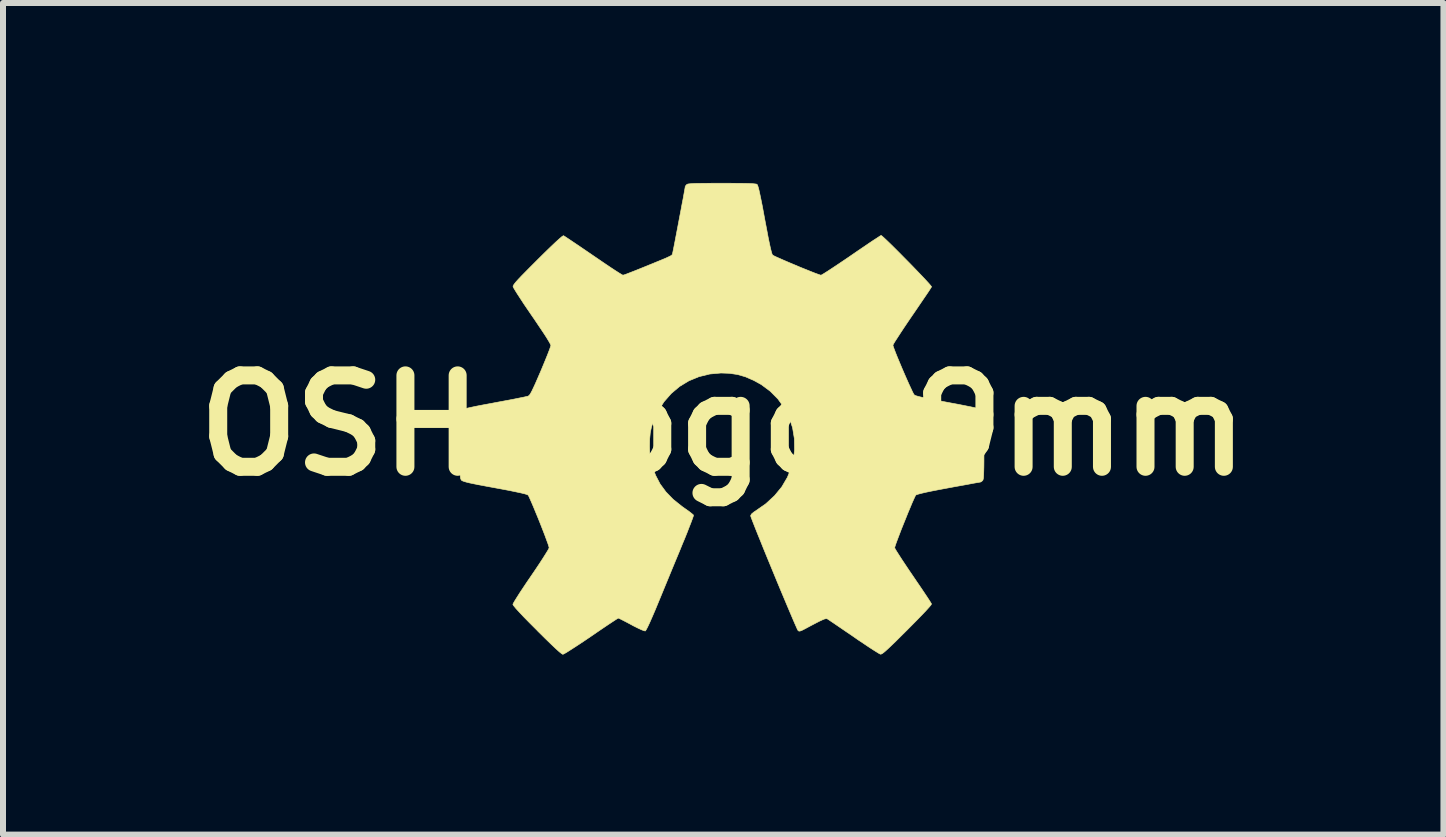
<source format=kicad_pcb>
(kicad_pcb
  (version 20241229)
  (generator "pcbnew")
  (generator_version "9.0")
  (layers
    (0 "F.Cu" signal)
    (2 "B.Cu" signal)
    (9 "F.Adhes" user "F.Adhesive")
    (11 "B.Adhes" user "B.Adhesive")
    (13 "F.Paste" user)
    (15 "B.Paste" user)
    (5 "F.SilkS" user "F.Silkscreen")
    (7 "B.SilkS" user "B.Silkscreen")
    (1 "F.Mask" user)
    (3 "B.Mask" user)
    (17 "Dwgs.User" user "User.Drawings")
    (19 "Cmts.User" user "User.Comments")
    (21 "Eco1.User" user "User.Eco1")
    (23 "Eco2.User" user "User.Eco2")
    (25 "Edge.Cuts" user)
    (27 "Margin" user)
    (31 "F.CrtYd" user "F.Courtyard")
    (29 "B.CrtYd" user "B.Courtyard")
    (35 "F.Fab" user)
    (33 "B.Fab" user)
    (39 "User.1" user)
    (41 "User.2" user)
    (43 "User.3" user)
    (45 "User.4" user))
  (footprint "OSH_logo_9mm"
    (layer "F.Cu")
    (at 9.006 4.042)
    (property "Reference" "OSH_logo_9mm" (at 0 0 0) (layer "F.SilkS") (effects (font (size 1.524 1.524) (thickness 0.3))))
    (attr through_hole)
    (fp_poly (pts (xy 0.13 -4.037) (xy 0.256 -4.036) (xy 0.358 -4.035) (xy 0.436 -4.033) (xy 0.494 -4.03) (xy 0.533 -4.026) (xy 0.557 -4.022) (xy 0.564 -4.018) (xy 0.572 -4.005) (xy 0.582 -3.976) (xy 0.595 -3.928) (xy 0.61 -3.86) (xy 0.629 -3.769) (xy 0.652 -3.655) (xy 0.678 -3.514) (xy 0.693 -3.433) (xy 0.724 -3.271) (xy 0.749 -3.137) (xy 0.771 -3.03) (xy 0.789 -2.948) (xy 0.804 -2.89) (xy 0.815 -2.854) (xy 0.823 -2.841) (xy 0.842 -2.829) (xy 0.884 -2.809) (xy 0.945 -2.782) (xy 1.02 -2.749) (xy 1.106 -2.712) (xy 1.197 -2.674) (xy 1.289 -2.635) (xy 1.379 -2.599) (xy 1.461 -2.566) (xy 1.532 -2.538) (xy 1.587 -2.518) (xy 1.622 -2.506) (xy 1.631 -2.505) (xy 1.647 -2.513) (xy 1.685 -2.536) (xy 1.742 -2.572) (xy 1.815 -2.62) (xy 1.901 -2.677) (xy 1.998 -2.742) (xy 2.103 -2.813) (xy 2.136 -2.836) (xy 2.242 -2.909) (xy 2.341 -2.976) (xy 2.429 -3.036) (xy 2.505 -3.087) (xy 2.566 -3.126) (xy 2.608 -3.154) (xy 2.63 -3.167) (xy 2.632 -3.168) (xy 2.647 -3.157) (xy 2.679 -3.129) (xy 2.726 -3.085) (xy 2.786 -3.027) (xy 2.854 -2.96) (xy 2.93 -2.884) (xy 3.009 -2.804) (xy 3.09 -2.722) (xy 3.17 -2.64) (xy 3.245 -2.562) (xy 3.315 -2.489) (xy 3.374 -2.426) (xy 3.423 -2.373) (xy 3.456 -2.335) (xy 3.472 -2.314) (xy 3.473 -2.311) (xy 3.463 -2.295) (xy 3.439 -2.257) (xy 3.401 -2.2) (xy 3.352 -2.128) (xy 3.294 -2.043) (xy 3.229 -1.947) (xy 3.158 -1.843) (xy 3.147 -1.828) (xy 3.076 -1.723) (xy 3.01 -1.625) (xy 2.952 -1.537) (xy 2.903 -1.461) (xy 2.864 -1.401) (xy 2.839 -1.359) (xy 2.829 -1.338) (xy 2.829 -1.336) (xy 2.835 -1.314) (xy 2.851 -1.27) (xy 2.875 -1.207) (xy 2.906 -1.13) (xy 2.942 -1.044) (xy 2.981 -0.951) (xy 3.021 -0.858) (xy 3.061 -0.767) (xy 3.098 -0.684) (xy 3.131 -0.613) (xy 3.157 -0.557) (xy 3.176 -0.521) (xy 3.183 -0.511) (xy 3.196 -0.502) (xy 3.223 -0.492) (xy 3.266 -0.48) (xy 3.326 -0.466) (xy 3.407 -0.449) (xy 3.511 -0.428) (xy 3.64 -0.404) (xy 3.759 -0.381) (xy 3.911 -0.353) (xy 4.037 -0.328) (xy 4.137 -0.308) (xy 4.214 -0.291) (xy 4.27 -0.277) (xy 4.306 -0.266) (xy 4.325 -0.257) (xy 4.328 -0.255) (xy 4.333 -0.241) (xy 4.337 -0.212) (xy 4.34 -0.166) (xy 4.343 -0.101) (xy 4.344 -0.014) (xy 4.346 0.096) (xy 4.346 0.232) (xy 4.346 0.333) (xy 4.346 0.479) (xy 4.346 0.598) (xy 4.345 0.693) (xy 4.343 0.767) (xy 4.341 0.823) (xy 4.339 0.863) (xy 4.335 0.891) (xy 4.33 0.908) (xy 4.325 0.918) (xy 4.323 0.92) (xy 4.301 0.938) (xy 4.291 0.943) (xy 4.275 0.946) (xy 4.234 0.953) (xy 4.17 0.964) (xy 4.087 0.98) (xy 3.988 0.998) (xy 3.876 1.018) (xy 3.758 1.04) (xy 3.603 1.069) (xy 3.475 1.094) (xy 3.374 1.115) (xy 3.298 1.133) (xy 3.246 1.147) (xy 3.217 1.157) (xy 3.21 1.162) (xy 3.199 1.181) (xy 3.179 1.224) (xy 3.151 1.286) (xy 3.119 1.363) (xy 3.082 1.451) (xy 3.044 1.546) (xy 3.005 1.642) (xy 2.967 1.737) (xy 2.933 1.826) (xy 2.903 1.905) (xy 2.879 1.97) (xy 2.864 2.015) (xy 2.858 2.038) (xy 2.858 2.039) (xy 2.866 2.057) (xy 2.889 2.096) (xy 2.926 2.154) (xy 2.973 2.227) (xy 3.03 2.313) (xy 3.094 2.409) (xy 3.163 2.51) (xy 3.232 2.612) (xy 3.297 2.707) (xy 3.354 2.792) (xy 3.402 2.864) (xy 3.439 2.921) (xy 3.463 2.959) (xy 3.472 2.976) (xy 3.464 2.992) (xy 3.435 3.027) (xy 3.387 3.08) (xy 3.321 3.15) (xy 3.239 3.235) (xy 3.141 3.334) (xy 3.067 3.409) (xy 2.961 3.514) (xy 2.874 3.601) (xy 2.803 3.669) (xy 2.747 3.722) (xy 2.704 3.761) (xy 2.672 3.788) (xy 2.649 3.804) (xy 2.632 3.812) (xy 2.621 3.813) (xy 2.62 3.813) (xy 2.6 3.803) (xy 2.559 3.778) (xy 2.5 3.741) (xy 2.426 3.693) (xy 2.34 3.635) (xy 2.245 3.572) (xy 2.174 3.522) (xy 2.075 3.455) (xy 1.983 3.392) (xy 1.901 3.336) (xy 1.832 3.289) (xy 1.78 3.254) (xy 1.746 3.231) (xy 1.735 3.225) (xy 1.723 3.221) (xy 1.708 3.222) (xy 1.684 3.228) (xy 1.651 3.242) (xy 1.603 3.264) (xy 1.539 3.297) (xy 1.455 3.341) (xy 1.36 3.392) (xy 1.311 3.417) (xy 1.28 3.428) (xy 1.261 3.428) (xy 1.247 3.418) (xy 1.247 3.418) (xy 1.237 3.401) (xy 1.218 3.358) (xy 1.19 3.295) (xy 1.154 3.211) (xy 1.112 3.112) (xy 1.064 2.999) (xy 1.012 2.875) (xy 0.956 2.742) (xy 0.899 2.605) (xy 0.841 2.464) (xy 0.783 2.323) (xy 0.726 2.185) (xy 0.672 2.053) (xy 0.622 1.928) (xy 0.576 1.815) (xy 0.536 1.715) (xy 0.503 1.631) (xy 0.478 1.566) (xy 0.462 1.523) (xy 0.457 1.505) (xy 0.47 1.478) (xy 0.509 1.445) (xy 0.541 1.424) (xy 0.711 1.305) (xy 0.856 1.171) (xy 0.976 1.025) (xy 1.07 0.865) (xy 1.138 0.695) (xy 1.178 0.513) (xy 1.189 0.409) (xy 1.186 0.22) (xy 1.156 0.038) (xy 1.099 -0.134) (xy 1.017 -0.294) (xy 0.912 -0.441) (xy 0.784 -0.57) (xy 0.635 -0.681) (xy 0.508 -0.751) (xy 0.37 -0.811) (xy 0.238 -0.849) (xy 0.102 -0.869) (xy -0.037 -0.874) (xy -0.225 -0.857) (xy -0.404 -0.813) (xy -0.572 -0.744) (xy -0.727 -0.65) (xy -0.866 -0.533) (xy -0.987 -0.395) (xy -1.087 -0.238) (xy -1.119 -0.175) (xy -1.164 -0.07) (xy -1.196 0.026) (xy -1.216 0.122) (xy -1.226 0.228) (xy -1.228 0.346) (xy -1.226 0.434) (xy -1.222 0.502) (xy -1.215 0.56) (xy -1.202 0.616) (xy -1.188 0.668) (xy -1.128 0.83) (xy -1.052 0.976) (xy -0.955 1.108) (xy -0.835 1.232) (xy -0.689 1.349) (xy -0.63 1.391) (xy -0.577 1.428) (xy -0.533 1.462) (xy -0.504 1.486) (xy -0.496 1.495) (xy -0.499 1.513) (xy -0.513 1.554) (xy -0.536 1.616) (xy -0.567 1.695) (xy -0.603 1.788) (xy -0.645 1.892) (xy -0.677 1.968) (xy -0.731 2.101) (xy -0.794 2.252) (xy -0.861 2.414) (xy -0.929 2.579) (xy -0.995 2.739) (xy -1.055 2.885) (xy -1.07 2.921) (xy -1.131 3.069) (xy -1.184 3.192) (xy -1.227 3.29) (xy -1.261 3.362) (xy -1.285 3.407) (xy -1.298 3.426) (xy -1.299 3.426) (xy -1.321 3.422) (xy -1.365 3.405) (xy -1.427 3.376) (xy -1.503 3.338) (xy -1.53 3.323) (xy -1.601 3.285) (xy -1.663 3.253) (xy -1.712 3.228) (xy -1.742 3.214) (xy -1.749 3.212) (xy -1.764 3.22) (xy -1.8 3.243) (xy -1.855 3.279) (xy -1.926 3.326) (xy -2.009 3.382) (xy -2.103 3.446) (xy -2.202 3.514) (xy -2.304 3.583) (xy -2.4 3.647) (xy -2.486 3.703) (xy -2.559 3.75) (xy -2.616 3.786) (xy -2.656 3.808) (xy -2.673 3.816) (xy -2.693 3.805) (xy -2.733 3.773) (xy -2.793 3.719) (xy -2.872 3.644) (xy -2.972 3.547) (xy -3.091 3.429) (xy -3.105 3.414) (xy -3.223 3.296) (xy -3.321 3.196) (xy -3.398 3.114) (xy -3.455 3.052) (xy -3.491 3.008) (xy -3.506 2.985) (xy -3.506 2.983) (xy -3.498 2.964) (xy -3.475 2.924) (xy -3.439 2.866) (xy -3.392 2.792) (xy -3.335 2.706) (xy -3.271 2.61) (xy -3.204 2.512) (xy -3.127 2.399) (xy -3.059 2.297) (xy -3.002 2.209) (xy -2.956 2.136) (xy -2.923 2.082) (xy -2.905 2.048) (xy -2.902 2.038) (xy -2.908 2.014) (xy -2.923 1.968) (xy -2.947 1.903) (xy -2.976 1.824) (xy -3.011 1.734) (xy -3.048 1.639) (xy -3.087 1.542) (xy -3.126 1.448) (xy -3.162 1.36) (xy -3.195 1.283) (xy -3.222 1.222) (xy -3.242 1.179) (xy -3.253 1.161) (xy -3.271 1.152) (xy -3.31 1.14) (xy -3.372 1.125) (xy -3.457 1.107) (xy -3.568 1.084) (xy -3.706 1.058) (xy -3.809 1.039) (xy -3.95 1.013) (xy -4.066 0.991) (xy -4.158 0.973) (xy -4.229 0.958) (xy -4.282 0.945) (xy -4.319 0.934) (xy -4.344 0.925) (xy -4.36 0.916) (xy -4.365 0.911) (xy -4.371 0.901) (xy -4.377 0.887) (xy -4.381 0.866) (xy -4.384 0.834) (xy -4.387 0.789) (xy -4.389 0.729) (xy -4.39 0.649) (xy -4.39 0.548) (xy -4.39 0.422) (xy -4.39 0.325) (xy -4.39 0.173) (xy -4.389 0.047) (xy -4.388 -0.053) (xy -4.386 -0.13) (xy -4.383 -0.187) (xy -4.38 -0.226) (xy -4.375 -0.248) (xy -4.372 -0.254) (xy -4.358 -0.263) (xy -4.327 -0.273) (xy -4.276 -0.286) (xy -4.204 -0.302) (xy -4.109 -0.322) (xy -3.989 -0.345) (xy -3.842 -0.372) (xy -3.823 -0.376) (xy -3.7 -0.399) (xy -3.586 -0.42) (xy -3.482 -0.44) (xy -3.394 -0.458) (xy -3.324 -0.472) (xy -3.276 -0.483) (xy -3.253 -0.488) (xy -3.241 -0.496) (xy -3.227 -0.51) (xy -3.211 -0.534) (xy -3.191 -0.571) (xy -3.166 -0.623) (xy -3.133 -0.694) (xy -3.093 -0.786) (xy -3.043 -0.901) (xy -3 -1.004) (xy -2.961 -1.099) (xy -2.927 -1.183) (xy -2.9 -1.253) (xy -2.882 -1.303) (xy -2.873 -1.332) (xy -2.873 -1.335) (xy -2.882 -1.357) (xy -2.907 -1.402) (xy -2.947 -1.468) (xy -3.003 -1.554) (xy -3.073 -1.658) (xy -3.155 -1.78) (xy -3.185 -1.823) (xy -3.256 -1.927) (xy -3.322 -2.024) (xy -3.38 -2.113) (xy -3.429 -2.188) (xy -3.467 -2.249) (xy -3.492 -2.291) (xy -3.503 -2.313) (xy -3.503 -2.313) (xy -3.502 -2.325) (xy -3.494 -2.341) (xy -3.478 -2.364) (xy -3.453 -2.395) (xy -3.415 -2.437) (xy -3.364 -2.491) (xy -3.297 -2.559) (xy -3.213 -2.644) (xy -3.11 -2.747) (xy -3.096 -2.761) (xy -2.976 -2.88) (xy -2.876 -2.977) (xy -2.795 -3.054) (xy -2.733 -3.11) (xy -2.691 -3.146) (xy -2.667 -3.162) (xy -2.662 -3.163) (xy -2.645 -3.153) (xy -2.607 -3.128) (xy -2.55 -3.09) (xy -2.477 -3.041) (xy -2.391 -2.983) (xy -2.294 -2.917) (xy -2.19 -2.846) (xy -2.167 -2.83) (xy -2.061 -2.758) (xy -1.963 -2.691) (xy -1.875 -2.632) (xy -1.799 -2.582) (xy -1.738 -2.543) (xy -1.695 -2.517) (xy -1.673 -2.505) (xy -1.672 -2.505) (xy -1.652 -2.51) (xy -1.61 -2.525) (xy -1.548 -2.549) (xy -1.471 -2.579) (xy -1.384 -2.614) (xy -1.322 -2.639) (xy -1.197 -2.69) (xy -1.097 -2.731) (xy -1.019 -2.763) (xy -0.959 -2.788) (xy -0.916 -2.808) (xy -0.887 -2.822) (xy -0.868 -2.832) (xy -0.857 -2.841) (xy -0.851 -2.848) (xy -0.847 -2.856) (xy -0.847 -2.856) (xy -0.843 -2.874) (xy -0.834 -2.917) (xy -0.821 -2.982) (xy -0.805 -3.064) (xy -0.787 -3.159) (xy -0.767 -3.263) (xy -0.746 -3.373) (xy -0.725 -3.485) (xy -0.704 -3.594) (xy -0.685 -3.697) (xy -0.667 -3.789) (xy -0.653 -3.868) (xy -0.642 -3.929) (xy -0.635 -3.968) (xy -0.634 -3.981) (xy -0.624 -3.998) (xy -0.61 -4.014) (xy -0.601 -4.02) (xy -0.586 -4.025) (xy -0.561 -4.028) (xy -0.524 -4.031) (xy -0.472 -4.034) (xy -0.403 -4.035) (xy -0.313 -4.036) (xy -0.2 -4.037) (xy -0.06 -4.037) (xy -0.024 -4.037) (xy 0.13 -4.037)) (stroke (width 0.01) (type solid)) (fill yes) (layer "F.SilkS")))
  (gr_rect
    (start -3 -3)
    (end 21.012 10.863)
    (stroke (width 0.1) (type default))
    (fill no)
    (layer "Edge.Cuts")))
</source>
